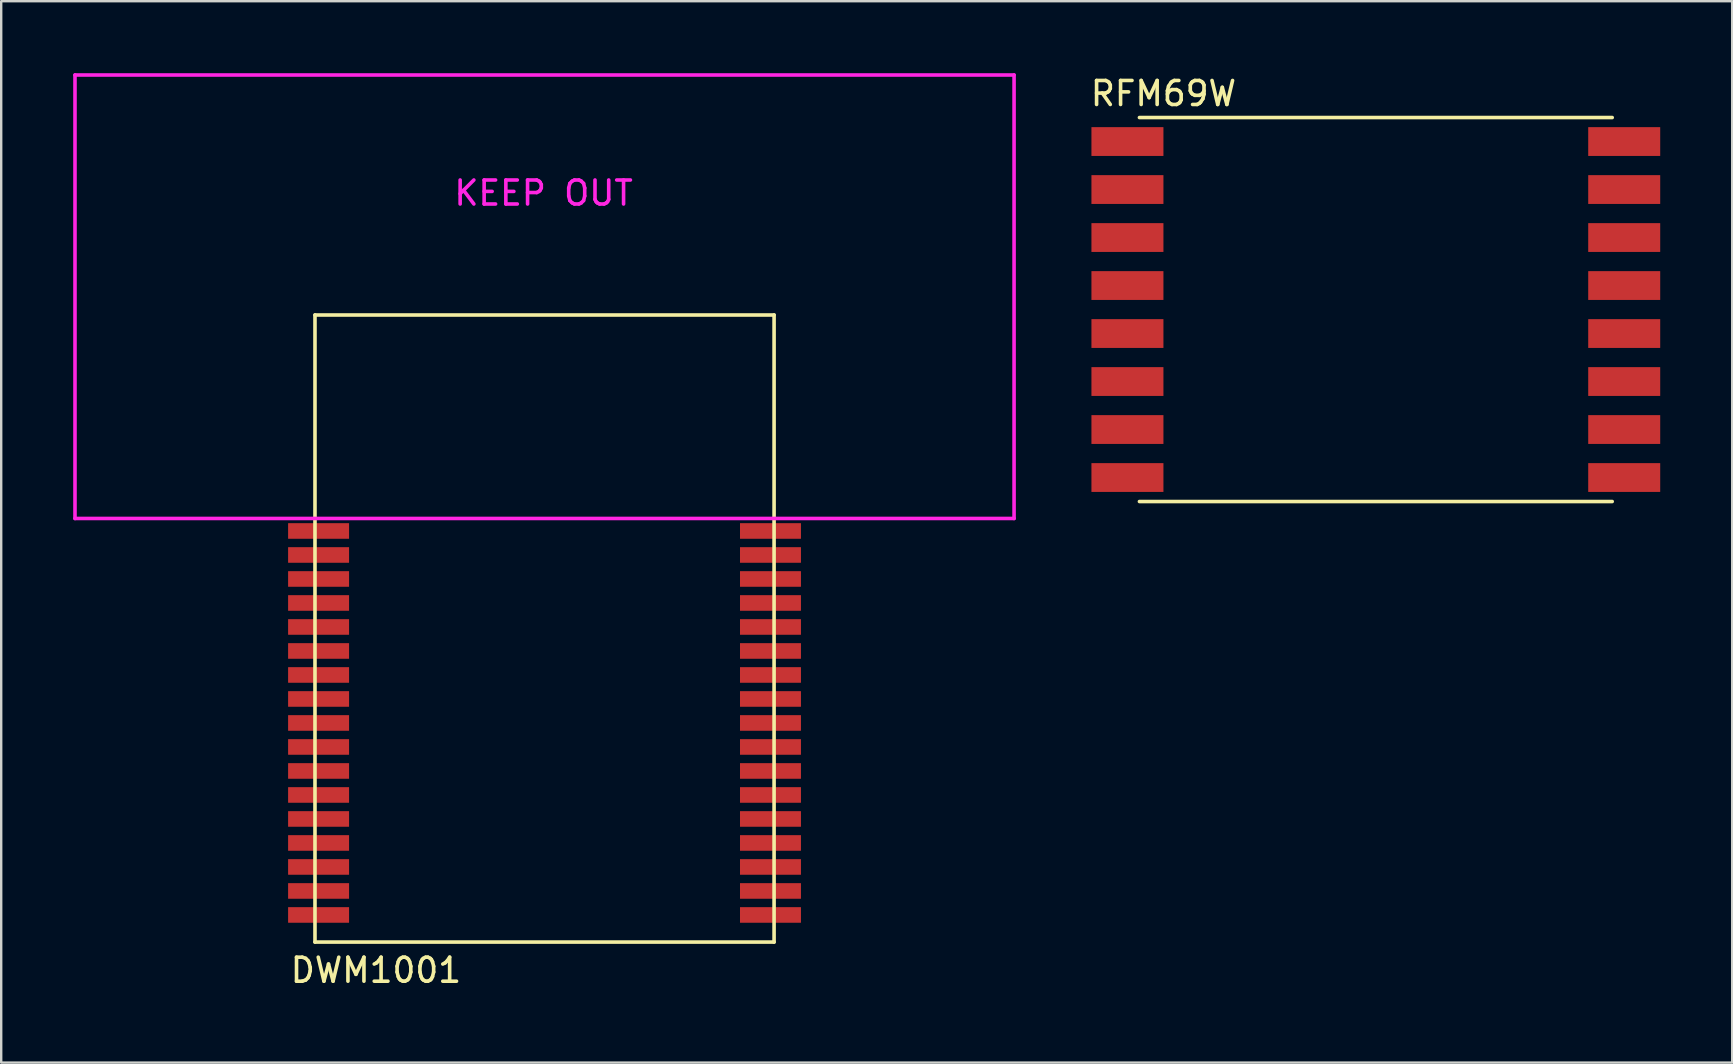
<source format=kicad_pcb>
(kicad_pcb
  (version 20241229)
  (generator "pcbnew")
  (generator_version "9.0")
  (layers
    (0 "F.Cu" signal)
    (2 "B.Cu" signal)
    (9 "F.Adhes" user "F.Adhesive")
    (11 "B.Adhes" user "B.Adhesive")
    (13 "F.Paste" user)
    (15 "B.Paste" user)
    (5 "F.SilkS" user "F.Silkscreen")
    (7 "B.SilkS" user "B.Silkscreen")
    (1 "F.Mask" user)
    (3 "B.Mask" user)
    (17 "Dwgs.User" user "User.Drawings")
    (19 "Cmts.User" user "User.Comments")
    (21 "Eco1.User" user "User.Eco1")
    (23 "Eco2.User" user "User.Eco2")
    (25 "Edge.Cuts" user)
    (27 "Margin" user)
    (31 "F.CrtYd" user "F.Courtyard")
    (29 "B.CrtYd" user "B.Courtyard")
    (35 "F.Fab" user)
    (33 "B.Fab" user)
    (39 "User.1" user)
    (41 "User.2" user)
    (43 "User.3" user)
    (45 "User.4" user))
  (footprint "DWM1001"
    (layer "F.Cu")
    (at 10.075 10.075)
    (property "Reference" "DWM1001" (at 2.54 27.305 0) (layer "F.SilkS") (effects (font (size 1 1) (thickness 0.15))))
    (attr through_hole)
    (fp_line (start 0 0) (end 19.13 0) (stroke (width 0.15) (type solid)) (layer "F.SilkS"))
    (fp_line (start 0 26.13) (end 0 0) (stroke (width 0.15) (type solid)) (layer "F.SilkS"))
    (fp_line (start 19.13 0) (end 19.13 26.13) (stroke (width 0.15) (type solid)) (layer "F.SilkS"))
    (fp_line (start 19.13 26.13) (end 0 26.13) (stroke (width 0.15) (type solid)) (layer "F.SilkS"))
    (fp_line (start -10 -10) (end 29.13 -10) (stroke (width 0.15) (type solid)) (layer "F.CrtYd"))
    (fp_line (start -10 8.48) (end -10 -10) (stroke (width 0.15) (type solid)) (layer "F.CrtYd"))
    (fp_line (start -10 8.48) (end 29.13 8.48) (stroke (width 0.15) (type solid)) (layer "F.CrtYd"))
    (fp_line (start 29.13 -10) (end 29.13 8.48) (stroke (width 0.15) (type solid)) (layer "F.CrtYd"))
    (fp_text user "KEEP OUT" (at 9.525 -5.08 0) (layer "F.CrtYd") (effects (font (size 1 1) (thickness 0.15))))
    (pad "1" smd rect (at 0 9) (size 2.54 0.65) (drill (offset 0.15 0)) (layers "F.Cu" "F.Mask" "F.Paste"))
    (pad "2" smd rect (at 0 10) (size 2.54 0.65) (drill (offset 0.15 0)) (layers "F.Cu" "F.Mask" "F.Paste"))
    (pad "3" smd rect (at 0 11) (size 2.54 0.65) (drill (offset 0.15 0)) (layers "F.Cu" "F.Mask" "F.Paste"))
    (pad "4" smd rect (at 0 12) (size 2.54 0.65) (drill (offset 0.15 0)) (layers "F.Cu" "F.Mask" "F.Paste"))
    (pad "5" smd rect (at 0 13) (size 2.54 0.65) (drill (offset 0.15 0)) (layers "F.Cu" "F.Mask" "F.Paste"))
    (pad "6" smd rect (at 0 14) (size 2.54 0.65) (drill (offset 0.15 0)) (layers "F.Cu" "F.Mask" "F.Paste"))
    (pad "7" smd rect (at 0 15) (size 2.54 0.65) (drill (offset 0.15 0)) (layers "F.Cu" "F.Mask" "F.Paste"))
    (pad "8" smd rect (at 0 16) (size 2.54 0.65) (drill (offset 0.15 0)) (layers "F.Cu" "F.Mask" "F.Paste"))
    (pad "9" smd rect (at 0 17) (size 2.54 0.65) (drill (offset 0.15 0)) (layers "F.Cu" "F.Mask" "F.Paste"))
    (pad "10" smd rect (at 0 18) (size 2.54 0.65) (drill (offset 0.15 0)) (layers "F.Cu" "F.Mask" "F.Paste"))
    (pad "11" smd rect (at 0 19) (size 2.54 0.65) (drill (offset 0.15 0)) (layers "F.Cu" "F.Mask" "F.Paste"))
    (pad "12" smd rect (at 0 20) (size 2.54 0.65) (drill (offset 0.15 0)) (layers "F.Cu" "F.Mask" "F.Paste"))
    (pad "13" smd rect (at 0 21) (size 2.54 0.65) (drill (offset 0.15 0)) (layers "F.Cu" "F.Mask" "F.Paste"))
    (pad "14" smd rect (at 0 22) (size 2.54 0.65) (drill (offset 0.15 0)) (layers "F.Cu" "F.Mask" "F.Paste"))
    (pad "15" smd rect (at 0 23) (size 2.54 0.65) (drill (offset 0.15 0)) (layers "F.Cu" "F.Mask" "F.Paste"))
    (pad "16" smd rect (at 0 24) (size 2.54 0.65) (drill (offset 0.15 0)) (layers "F.Cu" "F.Mask" "F.Paste"))
    (pad "17" smd rect (at 0 25) (size 2.54 0.65) (drill (offset 0.15 0)) (layers "F.Cu" "F.Mask" "F.Paste"))
    (pad "18" smd rect (at 19 25) (size 2.54 0.65) (drill (offset -0.02 0)) (layers "F.Cu" "F.Mask" "F.Paste"))
    (pad "19" smd rect (at 19 24) (size 2.54 0.65) (drill (offset -0.02 0)) (layers "F.Cu" "F.Mask" "F.Paste"))
    (pad "20" smd rect (at 19 23) (size 2.54 0.65) (drill (offset -0.02 0)) (layers "F.Cu" "F.Mask" "F.Paste"))
    (pad "21" smd rect (at 19 22) (size 2.54 0.65) (drill (offset -0.02 0)) (layers "F.Cu" "F.Mask" "F.Paste"))
    (pad "22" smd rect (at 19 21) (size 2.54 0.65) (drill (offset -0.02 0)) (layers "F.Cu" "F.Mask" "F.Paste"))
    (pad "23" smd rect (at 19 20) (size 2.54 0.65) (drill (offset -0.02 0)) (layers "F.Cu" "F.Mask" "F.Paste"))
    (pad "24" smd rect (at 19 19) (size 2.54 0.65) (drill (offset -0.02 0)) (layers "F.Cu" "F.Mask" "F.Paste"))
    (pad "25" smd rect (at 19 18) (size 2.54 0.65) (drill (offset -0.02 0)) (layers "F.Cu" "F.Mask" "F.Paste"))
    (pad "26" smd rect (at 19 17) (size 2.54 0.65) (drill (offset -0.02 0)) (layers "F.Cu" "F.Mask" "F.Paste"))
    (pad "27" smd rect (at 19 16) (size 2.54 0.65) (drill (offset -0.02 0)) (layers "F.Cu" "F.Mask" "F.Paste"))
    (pad "28" smd rect (at 19 15) (size 2.54 0.65) (drill (offset -0.02 0)) (layers "F.Cu" "F.Mask" "F.Paste"))
    (pad "29" smd rect (at 19 14) (size 2.54 0.65) (drill (offset -0.02 0)) (layers "F.Cu" "F.Mask" "F.Paste"))
    (pad "30" smd rect (at 19 13) (size 2.54 0.65) (drill (offset -0.02 0)) (layers "F.Cu" "F.Mask" "F.Paste"))
    (pad "31" smd rect (at 19 12) (size 2.54 0.65) (drill (offset -0.02 0)) (layers "F.Cu" "F.Mask" "F.Paste"))
    (pad "32" smd rect (at 19 11) (size 2.54 0.65) (drill (offset -0.02 0)) (layers "F.Cu" "F.Mask" "F.Paste"))
    (pad "33" smd rect (at 19 10) (size 2.54 0.65) (drill (offset -0.02 0)) (layers "F.Cu" "F.Mask" "F.Paste"))
    (pad "34" smd rect (at 19 9) (size 2.54 0.65) (drill (offset -0.02 0)) (layers "F.Cu" "F.Mask" "F.Paste")))
  (footprint "RFM69W"
    (layer "F.Cu")
    (at 44.429 1.848)
    (property "Reference" "RFM69W" (at 1 -1 0) (layer "F.SilkS") (effects (font (size 1 1) (thickness 0.15))))
    (attr through_hole)
    (fp_line (start 0 0) (end 19.7 0) (stroke (width 0.15) (type solid)) (layer "F.SilkS"))
    (fp_line (start 0 16) (end 19.7 16) (stroke (width 0.15) (type solid)) (layer "F.SilkS"))
    (pad "1" smd rect (at 0 1) (size 3 1.2) (drill (offset -0.5 0)) (layers "F.Cu" "F.Mask" "F.Paste"))
    (pad "2" smd rect (at 0 3) (size 3 1.2) (drill (offset -0.5 0)) (layers "F.Cu" "F.Mask" "F.Paste"))
    (pad "3" smd rect (at 0 5) (size 3 1.2) (drill (offset -0.5 0)) (layers "F.Cu" "F.Mask" "F.Paste"))
    (pad "4" smd rect (at 0 7) (size 3 1.2) (drill (offset -0.5 0)) (layers "F.Cu" "F.Mask" "F.Paste"))
    (pad "5" smd rect (at 0 9) (size 3 1.2) (drill (offset -0.5 0)) (layers "F.Cu" "F.Mask" "F.Paste"))
    (pad "6" smd rect (at 0 11) (size 3 1.2) (drill (offset -0.5 0)) (layers "F.Cu" "F.Mask" "F.Paste"))
    (pad "7" smd rect (at 0 13) (size 3 1.2) (drill (offset -0.5 0)) (layers "F.Cu" "F.Mask" "F.Paste"))
    (pad "8" smd rect (at 0 15) (size 3 1.2) (drill (offset -0.5 0)) (layers "F.Cu" "F.Mask" "F.Paste"))
    (pad "9" smd rect (at 19.7 15 180) (size 3 1.2) (drill (offset -0.5 0)) (layers "F.Cu" "F.Mask" "F.Paste"))
    (pad "10" smd rect (at 19.7 13 180) (size 3 1.2) (drill (offset -0.5 0)) (layers "F.Cu" "F.Mask" "F.Paste"))
    (pad "11" smd rect (at 19.7 11 180) (size 3 1.2) (drill (offset -0.5 0)) (layers "F.Cu" "F.Mask" "F.Paste"))
    (pad "12" smd rect (at 19.7 9 180) (size 3 1.2) (drill (offset -0.5 0)) (layers "F.Cu" "F.Mask" "F.Paste"))
    (pad "13" smd rect (at 19.7 7 180) (size 3 1.2) (drill (offset -0.5 0)) (layers "F.Cu" "F.Mask" "F.Paste"))
    (pad "14" smd rect (at 19.7 5 180) (size 3 1.2) (drill (offset -0.5 0)) (layers "F.Cu" "F.Mask" "F.Paste"))
    (pad "15" smd rect (at 19.7 3 180) (size 3 1.2) (drill (offset -0.5 0)) (layers "F.Cu" "F.Mask" "F.Paste"))
    (pad "16" smd rect (at 19.7 1 180) (size 3 1.2) (drill (offset -0.5 0)) (layers "F.Cu" "F.Mask" "F.Paste")))
  (gr_rect
    (start -3 -3)
    (end 69.129 41.228)
    (stroke (width 0.1) (type default))
    (fill no)
    (layer "Edge.Cuts")))
</source>
